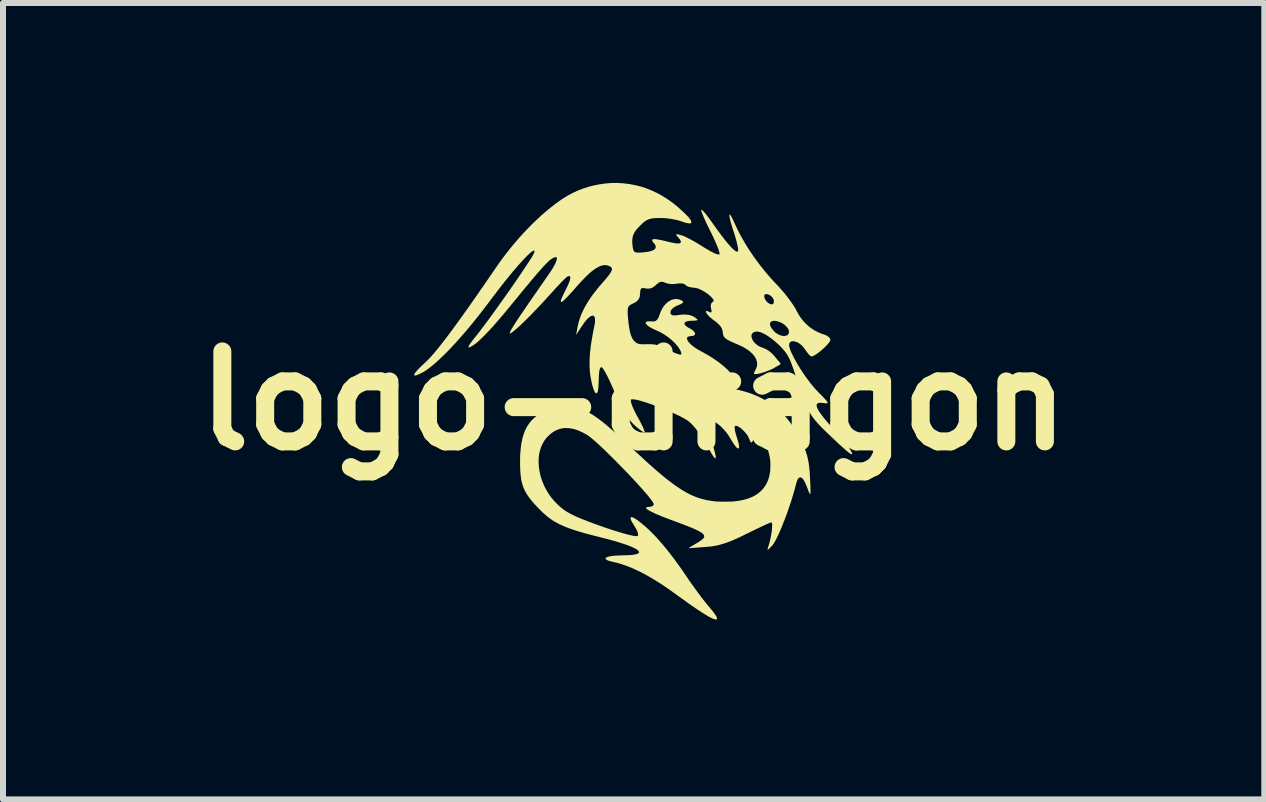
<source format=kicad_pcb>
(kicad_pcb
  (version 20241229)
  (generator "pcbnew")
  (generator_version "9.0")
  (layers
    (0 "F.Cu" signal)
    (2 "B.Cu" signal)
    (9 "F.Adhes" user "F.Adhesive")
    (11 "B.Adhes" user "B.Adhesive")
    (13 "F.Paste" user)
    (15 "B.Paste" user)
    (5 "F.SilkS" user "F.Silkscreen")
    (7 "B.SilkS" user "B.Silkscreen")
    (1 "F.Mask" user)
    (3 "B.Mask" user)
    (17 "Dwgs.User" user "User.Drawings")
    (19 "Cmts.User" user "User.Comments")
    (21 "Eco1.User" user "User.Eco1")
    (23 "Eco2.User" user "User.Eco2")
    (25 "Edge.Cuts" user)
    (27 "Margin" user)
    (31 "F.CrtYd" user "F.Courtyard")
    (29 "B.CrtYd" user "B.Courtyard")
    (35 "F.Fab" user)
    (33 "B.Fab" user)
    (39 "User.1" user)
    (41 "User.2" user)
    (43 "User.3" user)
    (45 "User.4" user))
  (footprint "logo-dragon"
    (layer "F.Cu")
    (at 7.514 3.631)
    (property "Reference" "logo-dragon" (at 0 0 0) (layer "F.SilkS") (effects (font (size 1.5 1.5) (thickness 0.3))))
    (attr board_only exclude_from_pos_files exclude_from_bom)
    (fp_poly (pts (xy -0.27 -3.631) (xy -0.172 -3.625) (xy -0.074 -3.613) (xy 0.022 -3.595) (xy 0.116 -3.572) (xy 0.208 -3.542) (xy 0.299 -3.506) (xy 0.389 -3.464) (xy 0.46 -3.426) (xy 0.484 -3.411) (xy 0.511 -3.395) (xy 0.54 -3.376) (xy 0.571 -3.356) (xy 0.6 -3.336) (xy 0.628 -3.316) (xy 0.652 -3.299) (xy 0.666 -3.288) (xy 0.693 -3.266) (xy 0.722 -3.243) (xy 0.751 -3.217) (xy 0.78 -3.191) (xy 0.809 -3.165) (xy 0.837 -3.139) (xy 0.863 -3.114) (xy 0.886 -3.091) (xy 0.905 -3.07) (xy 0.921 -3.053) (xy 0.924 -3.049) (xy 0.941 -3.027) (xy 0.952 -3.008) (xy 0.96 -2.991) (xy 0.963 -2.977) (xy 0.96 -2.967) (xy 0.956 -2.961) (xy 0.945 -2.957) (xy 0.929 -2.956) (xy 0.909 -2.958) (xy 0.885 -2.963) (xy 0.856 -2.97) (xy 0.825 -2.981) (xy 0.809 -2.986) (xy 0.767 -3) (xy 0.721 -3.012) (xy 0.671 -3.023) (xy 0.615 -3.033) (xy 0.554 -3.041) (xy 0.549 -3.042) (xy 0.531 -3.043) (xy 0.508 -3.044) (xy 0.483 -3.045) (xy 0.455 -3.046) (xy 0.427 -3.046) (xy 0.399 -3.045) (xy 0.373 -3.045) (xy 0.349 -3.043) (xy 0.329 -3.042) (xy 0.313 -3.04) (xy 0.312 -3.04) (xy 0.275 -3.032) (xy 0.242 -3.021) (xy 0.212 -3.006) (xy 0.184 -2.988) (xy 0.174 -2.98) (xy 0.16 -2.968) (xy 0.144 -2.954) (xy 0.127 -2.937) (xy 0.108 -2.918) (xy 0.09 -2.9) (xy 0.073 -2.882) (xy 0.058 -2.865) (xy 0.045 -2.85) (xy 0.037 -2.84) (xy 0.015 -2.808) (xy -0.001 -2.776) (xy -0.013 -2.743) (xy -0.02 -2.709) (xy -0.023 -2.672) (xy -0.022 -2.631) (xy -0.022 -2.626) (xy -0.019 -2.591) (xy -0.015 -2.561) (xy -0.011 -2.537) (xy -0.006 -2.517) (xy -0.000005 -2.502) (xy 0.008 -2.49) (xy 0.017 -2.481) (xy 0.029 -2.476) (xy 0.042 -2.472) (xy 0.059 -2.47) (xy 0.064 -2.47) (xy 0.089 -2.469) (xy 0.118 -2.47) (xy 0.151 -2.473) (xy 0.184 -2.476) (xy 0.216 -2.48) (xy 0.246 -2.485) (xy 0.272 -2.49) (xy 0.277 -2.492) (xy 0.306 -2.501) (xy 0.33 -2.511) (xy 0.347 -2.522) (xy 0.36 -2.535) (xy 0.367 -2.55) (xy 0.369 -2.564) (xy 0.368 -2.577) (xy 0.364 -2.589) (xy 0.357 -2.602) (xy 0.346 -2.617) (xy 0.337 -2.628) (xy 0.325 -2.643) (xy 0.317 -2.655) (xy 0.312 -2.664) (xy 0.31 -2.672) (xy 0.309 -2.677) (xy 0.311 -2.684) (xy 0.317 -2.689) (xy 0.328 -2.692) (xy 0.342 -2.694) (xy 0.362 -2.693) (xy 0.386 -2.691) (xy 0.415 -2.686) (xy 0.449 -2.68) (xy 0.489 -2.671) (xy 0.534 -2.661) (xy 0.561 -2.654) (xy 0.606 -2.643) (xy 0.645 -2.635) (xy 0.679 -2.628) (xy 0.707 -2.624) (xy 0.731 -2.622) (xy 0.75 -2.622) (xy 0.766 -2.624) (xy 0.775 -2.628) (xy 0.783 -2.633) (xy 0.786 -2.639) (xy 0.787 -2.644) (xy 0.787 -2.653) (xy 0.786 -2.661) (xy 0.783 -2.669) (xy 0.776 -2.681) (xy 0.766 -2.695) (xy 0.754 -2.71) (xy 0.744 -2.722) (xy 0.729 -2.739) (xy 0.719 -2.752) (xy 0.712 -2.762) (xy 0.71 -2.768) (xy 0.711 -2.773) (xy 0.715 -2.775) (xy 0.722 -2.775) (xy 0.723 -2.775) (xy 0.734 -2.774) (xy 0.749 -2.771) (xy 0.767 -2.767) (xy 0.787 -2.761) (xy 0.807 -2.755) (xy 0.825 -2.749) (xy 0.833 -2.746) (xy 0.868 -2.73) (xy 0.908 -2.71) (xy 0.953 -2.687) (xy 1.002 -2.66) (xy 1.054 -2.63) (xy 1.11 -2.596) (xy 1.166 -2.561) (xy 1.213 -2.532) (xy 1.256 -2.507) (xy 1.295 -2.485) (xy 1.329 -2.468) (xy 1.359 -2.454) (xy 1.384 -2.445) (xy 1.404 -2.44) (xy 1.42 -2.438) (xy 1.421 -2.438) (xy 1.433 -2.439) (xy 1.433 -2.455) (xy 1.431 -2.469) (xy 1.426 -2.488) (xy 1.419 -2.512) (xy 1.409 -2.54) (xy 1.396 -2.572) (xy 1.381 -2.608) (xy 1.364 -2.647) (xy 1.345 -2.689) (xy 1.325 -2.734) (xy 1.302 -2.781) (xy 1.281 -2.824) (xy 1.258 -2.87) (xy 1.236 -2.914) (xy 1.216 -2.956) (xy 1.198 -2.995) (xy 1.181 -3.032) (xy 1.167 -3.065) (xy 1.154 -3.095) (xy 1.144 -3.121) (xy 1.136 -3.142) (xy 1.13 -3.159) (xy 1.128 -3.171) (xy 1.128 -3.172) (xy 1.128 -3.18) (xy 1.131 -3.183) (xy 1.136 -3.182) (xy 1.145 -3.175) (xy 1.152 -3.169) (xy 1.164 -3.157) (xy 1.176 -3.144) (xy 1.19 -3.128) (xy 1.205 -3.11) (xy 1.222 -3.088) (xy 1.241 -3.063) (xy 1.262 -3.035) (xy 1.286 -3.002) (xy 1.313 -2.965) (xy 1.341 -2.925) (xy 1.388 -2.859) (xy 1.432 -2.799) (xy 1.474 -2.744) (xy 1.512 -2.694) (xy 1.548 -2.649) (xy 1.581 -2.61) (xy 1.611 -2.576) (xy 1.638 -2.548) (xy 1.663 -2.524) (xy 1.685 -2.505) (xy 1.689 -2.502) (xy 1.705 -2.492) (xy 1.719 -2.486) (xy 1.73 -2.485) (xy 1.738 -2.489) (xy 1.742 -2.497) (xy 1.743 -2.499) (xy 1.743 -2.512) (xy 1.742 -2.531) (xy 1.739 -2.555) (xy 1.733 -2.584) (xy 1.725 -2.618) (xy 1.716 -2.655) (xy 1.705 -2.697) (xy 1.692 -2.742) (xy 1.677 -2.79) (xy 1.669 -2.814) (xy 1.652 -2.867) (xy 1.638 -2.915) (xy 1.625 -2.957) (xy 1.615 -2.993) (xy 1.608 -3.024) (xy 1.602 -3.05) (xy 1.599 -3.071) (xy 1.598 -3.077) (xy 1.598 -3.092) (xy 1.599 -3.101) (xy 1.603 -3.104) (xy 1.608 -3.101) (xy 1.616 -3.092) (xy 1.625 -3.078) (xy 1.636 -3.057) (xy 1.65 -3.031) (xy 1.665 -3) (xy 1.682 -2.962) (xy 1.694 -2.936) (xy 1.733 -2.853) (xy 1.777 -2.767) (xy 1.826 -2.68) (xy 1.878 -2.591) (xy 1.935 -2.502) (xy 1.995 -2.413) (xy 2.058 -2.326) (xy 2.124 -2.239) (xy 2.191 -2.155) (xy 2.26 -2.074) (xy 2.331 -1.995) (xy 2.369 -1.955) (xy 2.425 -1.895) (xy 2.48 -1.833) (xy 2.532 -1.771) (xy 2.58 -1.709) (xy 2.625 -1.648) (xy 2.649 -1.613) (xy 2.663 -1.591) (xy 2.675 -1.573) (xy 2.686 -1.556) (xy 2.695 -1.54) (xy 2.705 -1.522) (xy 2.716 -1.501) (xy 2.722 -1.489) (xy 2.75 -1.44) (xy 2.778 -1.395) (xy 2.809 -1.354) (xy 2.842 -1.314) (xy 2.86 -1.296) (xy 2.908 -1.25) (xy 2.959 -1.21) (xy 3.013 -1.174) (xy 3.071 -1.144) (xy 3.133 -1.117) (xy 3.174 -1.104) (xy 3.205 -1.092) (xy 3.231 -1.079) (xy 3.252 -1.063) (xy 3.259 -1.056) (xy 3.273 -1.041) (xy 3.28 -1.025) (xy 3.281 -1.01) (xy 3.28 -1.008) (xy 3.276 -0.996) (xy 3.267 -0.982) (xy 3.254 -0.964) (xy 3.238 -0.945) (xy 3.219 -0.924) (xy 3.197 -0.902) (xy 3.174 -0.879) (xy 3.149 -0.857) (xy 3.124 -0.835) (xy 3.098 -0.814) (xy 3.073 -0.795) (xy 3.048 -0.777) (xy 3.025 -0.763) (xy 3.018 -0.758) (xy 2.998 -0.748) (xy 2.983 -0.741) (xy 2.972 -0.738) (xy 2.963 -0.739) (xy 2.962 -0.739) (xy 2.952 -0.743) (xy 2.94 -0.753) (xy 2.925 -0.768) (xy 2.909 -0.787) (xy 2.89 -0.81) (xy 2.871 -0.837) (xy 2.856 -0.858) (xy 2.829 -0.894) (xy 2.801 -0.924) (xy 2.772 -0.948) (xy 2.741 -0.968) (xy 2.71 -0.982) (xy 2.683 -0.989) (xy 2.659 -0.992) (xy 2.638 -0.99) (xy 2.621 -0.984) (xy 2.607 -0.973) (xy 2.598 -0.958) (xy 2.593 -0.94) (xy 2.593 -0.917) (xy 2.594 -0.908) (xy 2.6 -0.883) (xy 2.61 -0.854) (xy 2.622 -0.821) (xy 2.639 -0.784) (xy 2.658 -0.745) (xy 2.68 -0.703) (xy 2.704 -0.659) (xy 2.73 -0.613) (xy 2.758 -0.567) (xy 2.788 -0.52) (xy 2.819 -0.472) (xy 2.851 -0.425) (xy 2.884 -0.378) (xy 2.918 -0.333) (xy 2.951 -0.289) (xy 2.976 -0.259) (xy 2.99 -0.241) (xy 3.007 -0.221) (xy 3.026 -0.2) (xy 3.045 -0.179) (xy 3.064 -0.159) (xy 3.081 -0.141) (xy 3.096 -0.125) (xy 3.109 -0.113) (xy 3.111 -0.11) (xy 3.123 -0.1) (xy 3.136 -0.086) (xy 3.151 -0.071) (xy 3.167 -0.054) (xy 3.182 -0.038) (xy 3.196 -0.022) (xy 3.209 -0.008) (xy 3.218 0.003) (xy 3.224 0.011) (xy 3.224 0.011) (xy 3.232 0.024) (xy 3.235 0.034) (xy 3.233 0.04) (xy 3.23 0.042) (xy 3.221 0.043) (xy 3.207 0.043) (xy 3.189 0.042) (xy 3.168 0.039) (xy 3.135 0.035) (xy 3.108 0.034) (xy 3.086 0.037) (xy 3.07 0.043) (xy 3.058 0.052) (xy 3.052 0.065) (xy 3.051 0.082) (xy 3.055 0.101) (xy 3.056 0.107) (xy 3.064 0.126) (xy 3.075 0.148) (xy 3.088 0.171) (xy 3.105 0.197) (xy 3.124 0.225) (xy 3.148 0.256) (xy 3.174 0.29) (xy 3.205 0.326) (xy 3.239 0.366) (xy 3.278 0.41) (xy 3.321 0.457) (xy 3.368 0.508) (xy 3.384 0.526) (xy 3.427 0.573) (xy 3.466 0.617) (xy 3.501 0.66) (xy 3.534 0.702) (xy 3.565 0.745) (xy 3.586 0.777) (xy 3.599 0.796) (xy 3.611 0.816) (xy 3.622 0.835) (xy 3.631 0.853) (xy 3.638 0.868) (xy 3.643 0.879) (xy 3.644 0.886) (xy 3.642 0.892) (xy 3.636 0.893) (xy 3.627 0.89) (xy 3.613 0.883) (xy 3.595 0.871) (xy 3.574 0.854) (xy 3.548 0.833) (xy 3.518 0.807) (xy 3.484 0.777) (xy 3.48 0.773) (xy 3.459 0.754) (xy 3.434 0.732) (xy 3.407 0.706) (xy 3.378 0.679) (xy 3.347 0.65) (xy 3.316 0.621) (xy 3.286 0.592) (xy 3.256 0.564) (xy 3.229 0.538) (xy 3.206 0.515) (xy 3.188 0.498) (xy 3.15 0.461) (xy 3.116 0.426) (xy 3.083 0.391) (xy 3.054 0.358) (xy 3.026 0.326) (xy 3 0.293) (xy 2.976 0.26) (xy 2.954 0.227) (xy 2.933 0.192) (xy 2.912 0.155) (xy 2.892 0.117) (xy 2.873 0.076) (xy 2.854 0.032) (xy 2.835 -0.016) (xy 2.816 -0.067) (xy 2.796 -0.123) (xy 2.776 -0.183) (xy 2.754 -0.248) (xy 2.731 -0.32) (xy 2.73 -0.323) (xy 2.712 -0.38) (xy 2.696 -0.432) (xy 2.681 -0.478) (xy 2.667 -0.519) (xy 2.654 -0.556) (xy 2.642 -0.589) (xy 2.631 -0.619) (xy 2.621 -0.646) (xy 2.611 -0.67) (xy 2.601 -0.692) (xy 2.591 -0.712) (xy 2.581 -0.731) (xy 2.571 -0.749) (xy 2.561 -0.766) (xy 2.55 -0.783) (xy 2.548 -0.786) (xy 2.523 -0.82) (xy 2.493 -0.856) (xy 2.46 -0.893) (xy 2.423 -0.93) (xy 2.383 -0.966) (xy 2.383 -0.966) (xy 2.332 -1.009) (xy 2.285 -1.045) (xy 2.241 -1.077) (xy 2.199 -1.103) (xy 2.16 -1.123) (xy 2.125 -1.139) (xy 2.092 -1.148) (xy 2.062 -1.153) (xy 2.035 -1.152) (xy 2.011 -1.145) (xy 1.996 -1.137) (xy 1.98 -1.123) (xy 1.969 -1.107) (xy 1.965 -1.087) (xy 1.965 -1.065) (xy 1.972 -1.04) (xy 1.982 -1.016) (xy 2 -0.986) (xy 2.024 -0.959) (xy 2.052 -0.934) (xy 2.083 -0.913) (xy 2.117 -0.896) (xy 2.137 -0.889) (xy 2.18 -0.873) (xy 2.221 -0.852) (xy 2.26 -0.826) (xy 2.299 -0.795) (xy 2.309 -0.785) (xy 2.316 -0.779) (xy 2.325 -0.769) (xy 2.337 -0.756) (xy 2.35 -0.741) (xy 2.364 -0.724) (xy 2.379 -0.706) (xy 2.394 -0.688) (xy 2.408 -0.671) (xy 2.422 -0.655) (xy 2.433 -0.64) (xy 2.443 -0.628) (xy 2.45 -0.619) (xy 2.453 -0.614) (xy 2.453 -0.613) (xy 2.451 -0.61) (xy 2.443 -0.606) (xy 2.432 -0.598) (xy 2.417 -0.589) (xy 2.399 -0.579) (xy 2.379 -0.567) (xy 2.357 -0.555) (xy 2.346 -0.548) (xy 2.321 -0.534) (xy 2.293 -0.521) (xy 2.263 -0.508) (xy 2.232 -0.496) (xy 2.2 -0.484) (xy 2.169 -0.474) (xy 2.138 -0.464) (xy 2.109 -0.456) (xy 2.082 -0.45) (xy 2.058 -0.446) (xy 2.037 -0.444) (xy 2.021 -0.444) (xy 2.011 -0.446) (xy 2.008 -0.449) (xy 2.007 -0.455) (xy 2.009 -0.465) (xy 2.014 -0.479) (xy 2.023 -0.497) (xy 2.028 -0.507) (xy 2.04 -0.531) (xy 2.048 -0.55) (xy 2.054 -0.568) (xy 2.058 -0.585) (xy 2.059 -0.602) (xy 2.06 -0.613) (xy 2.058 -0.639) (xy 2.053 -0.662) (xy 2.045 -0.686) (xy 2.038 -0.702) (xy 2.018 -0.736) (xy 1.992 -0.77) (xy 1.959 -0.803) (xy 1.925 -0.832) (xy 1.901 -0.849) (xy 1.876 -0.866) (xy 1.849 -0.882) (xy 1.82 -0.898) (xy 1.788 -0.914) (xy 1.751 -0.931) (xy 1.709 -0.949) (xy 1.698 -0.953) (xy 1.658 -0.971) (xy 1.624 -0.986) (xy 1.594 -1.001) (xy 1.57 -1.014) (xy 1.549 -1.027) (xy 1.533 -1.04) (xy 1.519 -1.052) (xy 1.508 -1.065) (xy 1.5 -1.079) (xy 1.497 -1.086) (xy 1.493 -1.099) (xy 1.489 -1.117) (xy 1.487 -1.134) (xy 1.485 -1.15) (xy 1.482 -1.167) (xy 1.479 -1.18) (xy 1.478 -1.186) (xy 1.466 -1.214) (xy 1.447 -1.242) (xy 1.423 -1.27) (xy 1.406 -1.286) (xy 2.273 -1.286) (xy 2.274 -1.269) (xy 2.279 -1.25) (xy 2.286 -1.232) (xy 2.296 -1.215) (xy 2.31 -1.196) (xy 2.325 -1.177) (xy 2.342 -1.158) (xy 2.358 -1.143) (xy 2.367 -1.135) (xy 2.395 -1.115) (xy 2.423 -1.1) (xy 2.452 -1.089) (xy 2.481 -1.082) (xy 2.508 -1.079) (xy 2.533 -1.082) (xy 2.555 -1.089) (xy 2.555 -1.089) (xy 2.572 -1.1) (xy 2.581 -1.11) (xy 2.585 -1.118) (xy 2.588 -1.125) (xy 2.589 -1.134) (xy 2.589 -1.147) (xy 2.589 -1.148) (xy 2.589 -1.161) (xy 2.588 -1.171) (xy 2.585 -1.18) (xy 2.58 -1.191) (xy 2.577 -1.197) (xy 2.56 -1.222) (xy 2.539 -1.246) (xy 2.512 -1.269) (xy 2.483 -1.289) (xy 2.451 -1.306) (xy 2.419 -1.318) (xy 2.388 -1.327) (xy 2.36 -1.331) (xy 2.335 -1.331) (xy 2.313 -1.327) (xy 2.296 -1.32) (xy 2.282 -1.308) (xy 2.276 -1.299) (xy 2.273 -1.286) (xy 1.406 -1.286) (xy 1.392 -1.299) (xy 1.356 -1.328) (xy 1.35 -1.331) (xy 1.312 -1.36) (xy 1.279 -1.387) (xy 1.253 -1.413) (xy 1.235 -1.432) (xy 1.221 -1.452) (xy 1.211 -1.468) (xy 1.205 -1.481) (xy 1.205 -1.49) (xy 1.209 -1.495) (xy 1.218 -1.496) (xy 1.232 -1.493) (xy 1.251 -1.486) (xy 1.256 -1.483) (xy 1.27 -1.477) (xy 1.279 -1.473) (xy 1.285 -1.472) (xy 1.289 -1.472) (xy 1.292 -1.473) (xy 1.297 -1.479) (xy 1.299 -1.487) (xy 1.299 -1.5) (xy 1.296 -1.518) (xy 1.295 -1.519) (xy 1.291 -1.54) (xy 1.288 -1.557) (xy 1.286 -1.57) (xy 1.286 -1.58) (xy 1.286 -1.589) (xy 1.288 -1.596) (xy 1.293 -1.617) (xy 1.302 -1.633) (xy 1.313 -1.643) (xy 1.321 -1.649) (xy 1.328 -1.654) (xy 1.329 -1.655) (xy 1.334 -1.663) (xy 1.334 -1.673) (xy 1.329 -1.686) (xy 1.32 -1.7) (xy 1.307 -1.716) (xy 1.29 -1.733) (xy 1.272 -1.75) (xy 2.178 -1.75) (xy 2.178 -1.734) (xy 2.182 -1.716) (xy 2.19 -1.697) (xy 2.191 -1.694) (xy 2.204 -1.673) (xy 2.219 -1.653) (xy 2.236 -1.637) (xy 2.254 -1.624) (xy 2.272 -1.614) (xy 2.289 -1.608) (xy 2.305 -1.607) (xy 2.319 -1.611) (xy 2.33 -1.62) (xy 2.336 -1.633) (xy 2.339 -1.65) (xy 2.339 -1.657) (xy 2.336 -1.679) (xy 2.327 -1.702) (xy 2.312 -1.724) (xy 2.301 -1.736) (xy 2.284 -1.75) (xy 2.266 -1.762) (xy 2.248 -1.77) (xy 2.23 -1.776) (xy 2.213 -1.778) (xy 2.199 -1.776) (xy 2.188 -1.77) (xy 2.181 -1.763) (xy 2.178 -1.75) (xy 1.272 -1.75) (xy 1.271 -1.751) (xy 1.249 -1.77) (xy 1.225 -1.788) (xy 1.199 -1.806) (xy 1.171 -1.823) (xy 1.143 -1.839) (xy 1.127 -1.847) (xy 1.101 -1.859) (xy 1.079 -1.869) (xy 1.058 -1.875) (xy 1.038 -1.88) (xy 1.016 -1.883) (xy 0.999 -1.885) (xy 0.964 -1.889) (xy 0.934 -1.895) (xy 0.908 -1.903) (xy 0.887 -1.913) (xy 0.869 -1.926) (xy 0.864 -1.931) (xy 0.852 -1.941) (xy 0.84 -1.947) (xy 0.829 -1.951) (xy 0.813 -1.954) (xy 0.794 -1.956) (xy 0.772 -1.956) (xy 0.751 -1.955) (xy 0.731 -1.953) (xy 0.725 -1.952) (xy 0.714 -1.95) (xy 0.698 -1.948) (xy 0.681 -1.946) (xy 0.666 -1.945) (xy 0.63 -1.945) (xy 0.597 -1.948) (xy 0.566 -1.954) (xy 0.534 -1.965) (xy 0.526 -1.968) (xy 0.509 -1.974) (xy 0.496 -1.979) (xy 0.486 -1.981) (xy 0.476 -1.982) (xy 0.467 -1.983) (xy 0.454 -1.982) (xy 0.444 -1.981) (xy 0.434 -1.977) (xy 0.425 -1.972) (xy 0.414 -1.965) (xy 0.4 -1.954) (xy 0.384 -1.941) (xy 0.375 -1.932) (xy 0.353 -1.913) (xy 0.334 -1.898) (xy 0.315 -1.887) (xy 0.297 -1.878) (xy 0.288 -1.875) (xy 0.265 -1.87) (xy 0.239 -1.869) (xy 0.211 -1.871) (xy 0.194 -1.874) (xy 0.17 -1.878) (xy 0.151 -1.878) (xy 0.136 -1.875) (xy 0.13 -1.872) (xy 0.123 -1.866) (xy 0.118 -1.859) (xy 0.115 -1.849) (xy 0.112 -1.836) (xy 0.11 -1.819) (xy 0.109 -1.804) (xy 0.107 -1.778) (xy 0.105 -1.758) (xy 0.103 -1.742) (xy 0.1 -1.729) (xy 0.096 -1.718) (xy 0.092 -1.707) (xy 0.091 -1.705) (xy 0.079 -1.687) (xy 0.064 -1.668) (xy 0.046 -1.652) (xy 0.039 -1.647) (xy 0.031 -1.642) (xy 0.02 -1.636) (xy 0.005 -1.628) (xy -0.011 -1.621) (xy -0.016 -1.618) (xy -0.041 -1.606) (xy -0.06 -1.594) (xy -0.074 -1.583) (xy -0.084 -1.571) (xy -0.091 -1.556) (xy -0.096 -1.538) (xy -0.098 -1.517) (xy -0.099 -1.499) (xy -0.099 -1.474) (xy -0.099 -1.443) (xy -0.096 -1.408) (xy -0.093 -1.371) (xy -0.089 -1.332) (xy -0.085 -1.292) (xy -0.079 -1.253) (xy -0.073 -1.216) (xy -0.067 -1.181) (xy -0.061 -1.15) (xy -0.058 -1.137) (xy -0.05 -1.11) (xy -0.041 -1.083) (xy -0.03 -1.057) (xy -0.02 -1.036) (xy -0.018 -1.032) (xy -0.007 -1.015) (xy 0.008 -0.998) (xy 0.024 -0.982) (xy 0.04 -0.969) (xy 0.05 -0.963) (xy 0.068 -0.954) (xy 0.087 -0.948) (xy 0.107 -0.944) (xy 0.131 -0.942) (xy 0.158 -0.941) (xy 0.166 -0.941) (xy 0.204 -0.942) (xy 0.236 -0.942) (xy 0.264 -0.942) (xy 0.287 -0.942) (xy 0.307 -0.941) (xy 0.325 -0.94) (xy 0.341 -0.938) (xy 0.355 -0.936) (xy 0.37 -0.933) (xy 0.384 -0.929) (xy 0.4 -0.925) (xy 0.411 -0.922) (xy 0.428 -0.916) (xy 0.446 -0.91) (xy 0.464 -0.902) (xy 0.485 -0.894) (xy 0.507 -0.883) (xy 0.534 -0.871) (xy 0.564 -0.856) (xy 0.597 -0.84) (xy 0.636 -0.82) (xy 0.67 -0.805) (xy 0.7 -0.792) (xy 0.726 -0.782) (xy 0.747 -0.775) (xy 0.765 -0.771) (xy 0.773 -0.77) (xy 0.786 -0.769) (xy 0.793 -0.772) (xy 0.796 -0.778) (xy 0.795 -0.788) (xy 0.794 -0.796) (xy 0.786 -0.823) (xy 0.772 -0.851) (xy 0.753 -0.881) (xy 0.73 -0.913) (xy 0.702 -0.945) (xy 0.67 -0.978) (xy 0.635 -1.01) (xy 0.597 -1.043) (xy 0.556 -1.074) (xy 0.546 -1.081) (xy 0.51 -1.105) (xy 0.471 -1.128) (xy 0.43 -1.15) (xy 0.394 -1.166) (xy 0.353 -1.184) (xy 0.317 -1.202) (xy 0.284 -1.219) (xy 0.257 -1.236) (xy 0.235 -1.252) (xy 0.218 -1.267) (xy 0.21 -1.277) (xy 0.203 -1.29) (xy 0.201 -1.3) (xy 0.204 -1.308) (xy 0.212 -1.314) (xy 0.22 -1.319) (xy 0.232 -1.322) (xy 0.247 -1.324) (xy 0.266 -1.324) (xy 0.29 -1.324) (xy 0.295 -1.323) (xy 0.314 -1.323) (xy 0.328 -1.322) (xy 0.339 -1.323) (xy 0.348 -1.325) (xy 0.354 -1.326) (xy 0.37 -1.333) (xy 0.384 -1.343) (xy 0.397 -1.357) (xy 0.409 -1.376) (xy 0.42 -1.4) (xy 0.431 -1.429) (xy 0.433 -1.435) (xy 0.451 -1.484) (xy 0.473 -1.528) (xy 0.497 -1.568) (xy 0.525 -1.603) (xy 0.539 -1.618) (xy 0.57 -1.645) (xy 0.602 -1.666) (xy 0.634 -1.682) (xy 0.667 -1.692) (xy 0.701 -1.696) (xy 0.734 -1.694) (xy 0.767 -1.686) (xy 0.787 -1.678) (xy 0.805 -1.669) (xy 0.817 -1.66) (xy 0.824 -1.651) (xy 0.825 -1.642) (xy 0.82 -1.633) (xy 0.809 -1.624) (xy 0.792 -1.614) (xy 0.769 -1.603) (xy 0.749 -1.595) (xy 0.721 -1.584) (xy 0.697 -1.572) (xy 0.677 -1.56) (xy 0.66 -1.547) (xy 0.646 -1.534) (xy 0.635 -1.522) (xy 0.627 -1.513) (xy 0.622 -1.505) (xy 0.618 -1.496) (xy 0.617 -1.494) (xy 0.614 -1.474) (xy 0.616 -1.456) (xy 0.624 -1.441) (xy 0.626 -1.439) (xy 0.635 -1.432) (xy 0.645 -1.427) (xy 0.659 -1.424) (xy 0.676 -1.423) (xy 0.697 -1.423) (xy 0.724 -1.426) (xy 0.726 -1.426) (xy 0.757 -1.43) (xy 0.783 -1.433) (xy 0.805 -1.435) (xy 0.823 -1.436) (xy 0.838 -1.437) (xy 0.851 -1.437) (xy 0.864 -1.437) (xy 0.876 -1.436) (xy 0.884 -1.435) (xy 0.922 -1.43) (xy 0.956 -1.421) (xy 0.987 -1.409) (xy 1.016 -1.393) (xy 1.043 -1.372) (xy 1.051 -1.366) (xy 1.059 -1.358) (xy 1.064 -1.352) (xy 1.066 -1.347) (xy 1.063 -1.343) (xy 1.056 -1.34) (xy 1.044 -1.338) (xy 1.027 -1.336) (xy 1.004 -1.335) (xy 0.987 -1.334) (xy 0.956 -1.333) (xy 0.932 -1.331) (xy 0.911 -1.328) (xy 0.895 -1.325) (xy 0.881 -1.321) (xy 0.87 -1.316) (xy 0.867 -1.314) (xy 0.856 -1.305) (xy 0.849 -1.294) (xy 0.848 -1.283) (xy 0.848 -1.28) (xy 0.854 -1.268) (xy 0.865 -1.254) (xy 0.882 -1.239) (xy 0.902 -1.225) (xy 0.926 -1.211) (xy 0.934 -1.206) (xy 0.96 -1.192) (xy 0.983 -1.176) (xy 1.001 -1.16) (xy 1.014 -1.144) (xy 1.022 -1.129) (xy 1.025 -1.115) (xy 1.022 -1.105) (xy 1.015 -1.095) (xy 1.005 -1.087) (xy 1.002 -1.086) (xy 0.995 -1.083) (xy 0.982 -1.081) (xy 0.966 -1.079) (xy 0.959 -1.078) (xy 0.934 -1.075) (xy 0.915 -1.07) (xy 0.901 -1.064) (xy 0.894 -1.057) (xy 0.891 -1.046) (xy 0.891 -1.031) (xy 0.895 -1.016) (xy 0.898 -1.008) (xy 0.911 -0.987) (xy 0.929 -0.965) (xy 0.952 -0.942) (xy 0.978 -0.918) (xy 1.009 -0.895) (xy 1.014 -0.891) (xy 1.031 -0.88) (xy 1.047 -0.869) (xy 1.065 -0.858) (xy 1.084 -0.847) (xy 1.107 -0.834) (xy 1.134 -0.819) (xy 1.144 -0.814) (xy 1.243 -0.759) (xy 1.337 -0.699) (xy 1.424 -0.638) (xy 1.458 -0.611) (xy 1.49 -0.585) (xy 1.519 -0.56) (xy 1.546 -0.536) (xy 1.569 -0.514) (xy 1.589 -0.493) (xy 1.604 -0.474) (xy 1.616 -0.458) (xy 1.623 -0.445) (xy 1.625 -0.435) (xy 1.622 -0.428) (xy 1.614 -0.422) (xy 1.601 -0.416) (xy 1.581 -0.411) (xy 1.556 -0.407) (xy 1.525 -0.403) (xy 1.488 -0.4) (xy 1.444 -0.398) (xy 1.417 -0.397) (xy 1.365 -0.395) (xy 1.318 -0.392) (xy 1.276 -0.388) (xy 1.239 -0.384) (xy 1.205 -0.378) (xy 1.175 -0.372) (xy 1.148 -0.364) (xy 1.122 -0.355) (xy 1.119 -0.353) (xy 1.098 -0.344) (xy 1.083 -0.334) (xy 1.074 -0.323) (xy 1.07 -0.314) (xy 1.071 -0.304) (xy 1.079 -0.296) (xy 1.092 -0.289) (xy 1.099 -0.287) (xy 1.116 -0.282) (xy 1.139 -0.277) (xy 1.168 -0.271) (xy 1.203 -0.265) (xy 1.243 -0.259) (xy 1.288 -0.252) (xy 1.339 -0.245) (xy 1.394 -0.237) (xy 1.453 -0.23) (xy 1.502 -0.223) (xy 1.545 -0.217) (xy 1.584 -0.212) (xy 1.62 -0.206) (xy 1.654 -0.2) (xy 1.686 -0.193) (xy 1.718 -0.186) (xy 1.729 -0.184) (xy 1.805 -0.166) (xy 1.875 -0.146) (xy 1.941 -0.125) (xy 2.005 -0.101) (xy 2.067 -0.074) (xy 2.125 -0.046) (xy 2.2 -0.006) (xy 2.272 0.038) (xy 2.34 0.087) (xy 2.404 0.139) (xy 2.466 0.197) (xy 2.525 0.258) (xy 2.581 0.325) (xy 2.635 0.397) (xy 2.686 0.475) (xy 2.736 0.558) (xy 2.766 0.612) (xy 2.799 0.676) (xy 2.827 0.737) (xy 2.852 0.796) (xy 2.873 0.853) (xy 2.891 0.911) (xy 2.905 0.969) (xy 2.917 1.029) (xy 2.926 1.092) (xy 2.933 1.159) (xy 2.935 1.183) (xy 2.937 1.212) (xy 2.939 1.243) (xy 2.94 1.276) (xy 2.942 1.309) (xy 2.944 1.343) (xy 2.945 1.376) (xy 2.947 1.408) (xy 2.948 1.438) (xy 2.948 1.465) (xy 2.949 1.49) (xy 2.949 1.51) (xy 2.949 1.526) (xy 2.948 1.536) (xy 2.948 1.539) (xy 2.946 1.548) (xy 2.944 1.554) (xy 2.941 1.555) (xy 2.938 1.553) (xy 2.933 1.546) (xy 2.928 1.535) (xy 2.921 1.519) (xy 2.912 1.497) (xy 2.902 1.47) (xy 2.9 1.466) (xy 2.884 1.423) (xy 2.869 1.387) (xy 2.854 1.356) (xy 2.84 1.331) (xy 2.827 1.31) (xy 2.814 1.295) (xy 2.801 1.285) (xy 2.788 1.28) (xy 2.778 1.278) (xy 2.766 1.281) (xy 2.754 1.288) (xy 2.743 1.3) (xy 2.733 1.317) (xy 2.723 1.34) (xy 2.714 1.368) (xy 2.705 1.402) (xy 2.691 1.455) (xy 2.676 1.511) (xy 2.659 1.569) (xy 2.641 1.628) (xy 2.622 1.689) (xy 2.601 1.75) (xy 2.58 1.812) (xy 2.559 1.873) (xy 2.536 1.934) (xy 2.514 1.993) (xy 2.491 2.05) (xy 2.469 2.106) (xy 2.447 2.158) (xy 2.425 2.208) (xy 2.404 2.253) (xy 2.384 2.295) (xy 2.365 2.332) (xy 2.347 2.363) (xy 2.333 2.386) (xy 2.326 2.395) (xy 2.317 2.407) (xy 2.306 2.419) (xy 2.293 2.433) (xy 2.28 2.447) (xy 2.268 2.459) (xy 2.256 2.47) (xy 2.247 2.479) (xy 2.24 2.484) (xy 2.238 2.485) (xy 2.235 2.484) (xy 2.233 2.48) (xy 2.234 2.473) (xy 2.236 2.463) (xy 2.241 2.447) (xy 2.247 2.427) (xy 2.26 2.385) (xy 2.272 2.34) (xy 2.282 2.293) (xy 2.292 2.246) (xy 2.299 2.201) (xy 2.305 2.157) (xy 2.308 2.116) (xy 2.31 2.08) (xy 2.31 2.079) (xy 2.309 2.058) (xy 2.307 2.043) (xy 2.304 2.034) (xy 2.299 2.029) (xy 2.296 2.028) (xy 2.289 2.03) (xy 2.277 2.034) (xy 2.259 2.041) (xy 2.236 2.051) (xy 2.208 2.063) (xy 2.175 2.078) (xy 2.136 2.097) (xy 2.091 2.118) (xy 2.042 2.142) (xy 1.986 2.168) (xy 1.926 2.198) (xy 1.883 2.219) (xy 1.856 2.232) (xy 1.828 2.246) (xy 1.8 2.259) (xy 1.775 2.272) (xy 1.752 2.283) (xy 1.732 2.292) (xy 1.717 2.299) (xy 1.716 2.299) (xy 1.65 2.328) (xy 1.588 2.353) (xy 1.529 2.374) (xy 1.471 2.392) (xy 1.416 2.407) (xy 1.36 2.419) (xy 1.304 2.428) (xy 1.256 2.433) (xy 1.244 2.434) (xy 1.227 2.436) (xy 1.207 2.437) (xy 1.183 2.439) (xy 1.157 2.441) (xy 1.13 2.443) (xy 1.101 2.446) (xy 1.072 2.448) (xy 1.044 2.45) (xy 1.017 2.452) (xy 0.991 2.454) (xy 0.968 2.455) (xy 0.949 2.457) (xy 0.932 2.458) (xy 0.921 2.458) (xy 0.914 2.458) (xy 0.913 2.458) (xy 0.916 2.457) (xy 0.923 2.452) (xy 0.934 2.445) (xy 0.949 2.437) (xy 0.966 2.426) (xy 0.985 2.415) (xy 0.991 2.411) (xy 1.028 2.389) (xy 1.06 2.37) (xy 1.087 2.354) (xy 1.109 2.339) (xy 1.128 2.326) (xy 1.143 2.314) (xy 1.155 2.304) (xy 1.163 2.294) (xy 1.17 2.285) (xy 1.174 2.277) (xy 1.175 2.273) (xy 1.177 2.263) (xy 1.177 2.255) (xy 1.174 2.246) (xy 1.169 2.236) (xy 1.161 2.226) (xy 1.151 2.215) (xy 1.138 2.204) (xy 1.121 2.193) (xy 1.1 2.181) (xy 1.076 2.168) (xy 1.048 2.154) (xy 1.016 2.139) (xy 0.979 2.123) (xy 0.937 2.106) (xy 0.89 2.087) (xy 0.838 2.067) (xy 0.78 2.045) (xy 0.739 2.03) (xy 0.682 2.009) (xy 0.632 1.99) (xy 0.586 1.973) (xy 0.545 1.957) (xy 0.508 1.943) (xy 0.475 1.93) (xy 0.445 1.918) (xy 0.418 1.906) (xy 0.393 1.896) (xy 0.37 1.886) (xy 0.348 1.876) (xy 0.328 1.866) (xy 0.308 1.856) (xy 0.305 1.855) (xy 0.278 1.841) (xy 0.256 1.83) (xy 0.239 1.82) (xy 0.226 1.811) (xy 0.217 1.803) (xy 0.211 1.796) (xy 0.211 1.796) (xy 0.208 1.789) (xy 0.208 1.783) (xy 0.213 1.778) (xy 0.223 1.775) (xy 0.239 1.772) (xy 0.26 1.77) (xy 0.263 1.769) (xy 0.287 1.766) (xy 0.305 1.761) (xy 0.319 1.754) (xy 0.328 1.745) (xy 0.334 1.734) (xy 0.335 1.724) (xy 0.333 1.715) (xy 0.327 1.702) (xy 0.317 1.685) (xy 0.302 1.664) (xy 0.284 1.64) (xy 0.263 1.613) (xy 0.238 1.582) (xy 0.21 1.549) (xy 0.179 1.513) (xy 0.146 1.475) (xy 0.11 1.435) (xy 0.072 1.393) (xy 0.033 1.35) (xy -0.008 1.306) (xy -0.051 1.261) (xy -0.094 1.215) (xy -0.138 1.169) (xy -0.183 1.123) (xy -0.228 1.077) (xy -0.273 1.031) (xy -0.317 0.986) (xy -0.362 0.942) (xy -0.405 0.899) (xy -0.448 0.857) (xy -0.489 0.817) (xy -0.529 0.779) (xy -0.568 0.743) (xy -0.604 0.71) (xy -0.638 0.679) (xy -0.67 0.652) (xy -0.699 0.627) (xy -0.725 0.606) (xy -0.747 0.589) (xy -0.761 0.58) (xy -0.798 0.557) (xy -0.837 0.536) (xy -0.878 0.516) (xy -0.919 0.498) (xy -0.959 0.483) (xy -0.996 0.472) (xy -0.996 0.472) (xy -1.036 0.464) (xy -1.077 0.458) (xy -1.117 0.456) (xy -1.155 0.456) (xy -1.189 0.46) (xy -1.194 0.461) (xy -1.242 0.473) (xy -1.289 0.492) (xy -1.334 0.516) (xy -1.377 0.546) (xy -1.415 0.58) (xy -1.452 0.618) (xy -1.483 0.658) (xy -1.509 0.702) (xy -1.519 0.72) (xy -1.542 0.772) (xy -1.56 0.825) (xy -1.573 0.879) (xy -1.581 0.936) (xy -1.584 0.997) (xy -1.584 1.041) (xy -1.578 1.116) (xy -1.566 1.19) (xy -1.549 1.264) (xy -1.525 1.337) (xy -1.495 1.409) (xy -1.48 1.441) (xy -1.448 1.5) (xy -1.415 1.554) (xy -1.379 1.605) (xy -1.34 1.654) (xy -1.296 1.702) (xy -1.286 1.711) (xy -1.257 1.74) (xy -1.229 1.765) (xy -1.201 1.789) (xy -1.171 1.812) (xy -1.141 1.833) (xy -1.108 1.854) (xy -1.073 1.874) (xy -1.035 1.894) (xy -0.993 1.915) (xy -0.947 1.936) (xy -0.896 1.958) (xy -0.839 1.981) (xy -0.828 1.985) (xy -0.771 2.008) (xy -0.712 2.03) (xy -0.651 2.053) (xy -0.589 2.075) (xy -0.527 2.097) (xy -0.465 2.119) (xy -0.404 2.139) (xy -0.344 2.159) (xy -0.285 2.177) (xy -0.23 2.194) (xy -0.177 2.209) (xy -0.128 2.223) (xy -0.083 2.235) (xy -0.044 2.244) (xy -0.022 2.249) (xy -0.001 2.253) (xy 0.019 2.256) (xy 0.037 2.257) (xy 0.052 2.258) (xy 0.063 2.257) (xy 0.069 2.254) (xy 0.073 2.247) (xy 0.074 2.235) (xy 0.073 2.219) (xy 0.07 2.203) (xy 0.069 2.2) (xy 0.064 2.184) (xy 0.057 2.168) (xy 0.049 2.152) (xy 0.04 2.133) (xy 0.027 2.112) (xy 0.012 2.086) (xy 0.008 2.08) (xy -0.003 2.062) (xy -0.014 2.044) (xy -0.024 2.027) (xy -0.032 2.013) (xy -0.037 2.004) (xy -0.044 1.987) (xy -0.048 1.971) (xy -0.05 1.958) (xy -0.048 1.948) (xy -0.047 1.946) (xy -0.04 1.941) (xy -0.028 1.942) (xy -0.013 1.946) (xy 0.005 1.954) (xy 0.026 1.966) (xy 0.05 1.982) (xy 0.076 2) (xy 0.104 2.022) (xy 0.134 2.046) (xy 0.166 2.073) (xy 0.199 2.101) (xy 0.233 2.132) (xy 0.267 2.164) (xy 0.302 2.198) (xy 0.337 2.233) (xy 0.371 2.269) (xy 0.405 2.306) (xy 0.43 2.335) (xy 0.492 2.406) (xy 0.551 2.478) (xy 0.61 2.552) (xy 0.668 2.628) (xy 0.726 2.707) (xy 0.786 2.791) (xy 0.836 2.863) (xy 0.891 2.944) (xy 0.943 3.02) (xy 0.993 3.09) (xy 1.04 3.155) (xy 1.084 3.216) (xy 1.126 3.272) (xy 1.166 3.323) (xy 1.204 3.371) (xy 1.24 3.414) (xy 1.253 3.43) (xy 1.286 3.469) (xy 1.314 3.504) (xy 1.338 3.535) (xy 1.357 3.562) (xy 1.372 3.585) (xy 1.383 3.604) (xy 1.389 3.62) (xy 1.391 3.632) (xy 1.388 3.64) (xy 1.381 3.645) (xy 1.369 3.647) (xy 1.354 3.645) (xy 1.338 3.64) (xy 1.318 3.632) (xy 1.296 3.622) (xy 1.271 3.609) (xy 1.243 3.594) (xy 1.212 3.575) (xy 1.177 3.554) (xy 1.139 3.53) (xy 1.097 3.503) (xy 1.052 3.473) (xy 1.003 3.439) (xy 0.949 3.402) (xy 0.892 3.362) (xy 0.83 3.317) (xy 0.763 3.27) (xy 0.692 3.218) (xy 0.666 3.199) (xy 0.561 3.125) (xy 0.459 3.056) (xy 0.359 2.993) (xy 0.262 2.935) (xy 0.167 2.882) (xy 0.074 2.836) (xy -0.016 2.794) (xy -0.103 2.759) (xy -0.188 2.729) (xy -0.27 2.704) (xy -0.331 2.69) (xy -0.365 2.682) (xy -0.392 2.675) (xy -0.414 2.668) (xy -0.432 2.662) (xy -0.446 2.655) (xy -0.456 2.648) (xy -0.463 2.641) (xy -0.464 2.64) (xy -0.468 2.634) (xy -0.468 2.63) (xy -0.465 2.624) (xy -0.456 2.616) (xy -0.443 2.608) (xy -0.424 2.601) (xy -0.407 2.597) (xy -0.39 2.593) (xy -0.372 2.59) (xy -0.353 2.587) (xy -0.331 2.585) (xy -0.306 2.583) (xy -0.278 2.582) (xy -0.245 2.58) (xy -0.206 2.579) (xy -0.191 2.578) (xy -0.152 2.577) (xy -0.118 2.576) (xy -0.089 2.575) (xy -0.065 2.574) (xy -0.043 2.572) (xy -0.024 2.57) (xy -0.007 2.568) (xy 0.009 2.566) (xy 0.018 2.564) (xy 0.045 2.558) (xy 0.066 2.551) (xy 0.08 2.543) (xy 0.089 2.534) (xy 0.091 2.524) (xy 0.088 2.513) (xy 0.078 2.501) (xy 0.064 2.488) (xy 0.043 2.474) (xy 0.016 2.459) (xy -0.016 2.444) (xy -0.053 2.428) (xy -0.096 2.411) (xy -0.145 2.394) (xy -0.199 2.376) (xy -0.259 2.357) (xy -0.302 2.344) (xy -0.33 2.336) (xy -0.36 2.328) (xy -0.39 2.319) (xy -0.423 2.31) (xy -0.459 2.301) (xy -0.499 2.291) (xy -0.543 2.28) (xy -0.592 2.267) (xy -0.596 2.266) (xy -0.671 2.247) (xy -0.74 2.229) (xy -0.804 2.212) (xy -0.863 2.195) (xy -0.917 2.179) (xy -0.968 2.164) (xy -1.015 2.148) (xy -1.059 2.133) (xy -1.099 2.118) (xy -1.138 2.103) (xy -1.175 2.087) (xy -1.21 2.071) (xy -1.244 2.055) (xy -1.245 2.055) (xy -1.295 2.028) (xy -1.343 2) (xy -1.388 1.969) (xy -1.432 1.936) (xy -1.476 1.899) (xy -1.522 1.858) (xy -1.54 1.839) (xy -1.592 1.787) (xy -1.639 1.738) (xy -1.68 1.691) (xy -1.717 1.647) (xy -1.749 1.604) (xy -1.777 1.563) (xy -1.801 1.523) (xy -1.813 1.5) (xy -1.829 1.466) (xy -1.843 1.432) (xy -1.854 1.397) (xy -1.864 1.36) (xy -1.873 1.32) (xy -1.879 1.277) (xy -1.885 1.231) (xy -1.889 1.18) (xy -1.891 1.124) (xy -1.893 1.067) (xy -1.893 0.98) (xy -1.891 0.898) (xy -1.885 0.822) (xy -1.877 0.75) (xy -1.866 0.683) (xy -1.852 0.621) (xy -1.835 0.563) (xy -1.815 0.509) (xy -1.792 0.459) (xy -1.774 0.427) (xy -1.741 0.378) (xy -1.705 0.332) (xy -1.664 0.292) (xy -1.618 0.255) (xy -1.569 0.223) (xy -1.515 0.196) (xy -1.456 0.172) (xy -1.393 0.153) (xy -1.375 0.149) (xy -1.335 0.14) (xy -1.291 0.132) (xy -1.245 0.126) (xy -1.198 0.121) (xy -1.151 0.118) (xy -1.105 0.116) (xy -1.061 0.115) (xy -1.021 0.117) (xy -0.986 0.12) (xy -0.98 0.12) (xy -0.946 0.126) (xy -0.913 0.133) (xy -0.879 0.142) (xy -0.845 0.153) (xy -0.811 0.167) (xy -0.776 0.183) (xy -0.74 0.202) (xy -0.702 0.223) (xy -0.663 0.248) (xy -0.622 0.276) (xy -0.579 0.307) (xy -0.534 0.341) (xy -0.486 0.379) (xy -0.436 0.422) (xy -0.382 0.468) (xy -0.324 0.518) (xy -0.264 0.573) (xy -0.206 0.625) (xy -0.188 0.642) (xy -0.166 0.662) (xy -0.141 0.685) (xy -0.115 0.71) (xy -0.087 0.735) (xy -0.06 0.761) (xy -0.034 0.785) (xy -0.025 0.794) (xy 0.045 0.86) (xy 0.112 0.921) (xy 0.174 0.979) (xy 0.233 1.033) (xy 0.289 1.083) (xy 0.342 1.129) (xy 0.392 1.173) (xy 0.439 1.213) (xy 0.484 1.251) (xy 0.527 1.286) (xy 0.568 1.319) (xy 0.608 1.349) (xy 0.646 1.378) (xy 0.683 1.405) (xy 0.72 1.43) (xy 0.756 1.455) (xy 0.76 1.458) (xy 0.827 1.5) (xy 0.892 1.537) (xy 0.956 1.57) (xy 1.019 1.597) (xy 1.082 1.621) (xy 1.147 1.64) (xy 1.213 1.656) (xy 1.282 1.668) (xy 1.355 1.678) (xy 1.367 1.679) (xy 1.384 1.68) (xy 1.406 1.681) (xy 1.432 1.682) (xy 1.46 1.683) (xy 1.491 1.683) (xy 1.523 1.683) (xy 1.554 1.683) (xy 1.585 1.682) (xy 1.613 1.682) (xy 1.638 1.681) (xy 1.658 1.68) (xy 1.672 1.679) (xy 1.744 1.67) (xy 1.81 1.658) (xy 1.871 1.643) (xy 1.927 1.624) (xy 1.979 1.603) (xy 2.026 1.578) (xy 2.07 1.55) (xy 2.109 1.518) (xy 2.13 1.499) (xy 2.164 1.461) (xy 2.194 1.419) (xy 2.22 1.374) (xy 2.241 1.326) (xy 2.258 1.273) (xy 2.27 1.216) (xy 2.276 1.181) (xy 2.277 1.166) (xy 2.278 1.146) (xy 2.279 1.122) (xy 2.28 1.096) (xy 2.28 1.07) (xy 2.279 1.044) (xy 2.279 1.02) (xy 2.278 1) (xy 2.276 0.984) (xy 2.276 0.983) (xy 2.268 0.933) (xy 2.257 0.884) (xy 2.245 0.837) (xy 2.231 0.792) (xy 2.216 0.75) (xy 2.2 0.711) (xy 2.183 0.676) (xy 2.165 0.646) (xy 2.146 0.621) (xy 2.132 0.605) (xy 2.116 0.592) (xy 2.101 0.584) (xy 2.088 0.582) (xy 2.074 0.585) (xy 2.061 0.59) (xy 2.045 0.602) (xy 2.029 0.618) (xy 2.012 0.638) (xy 1.996 0.659) (xy 1.987 0.672) (xy 1.979 0.683) (xy 1.972 0.69) (xy 1.968 0.694) (xy 1.962 0.697) (xy 1.958 0.696) (xy 1.952 0.691) (xy 1.952 0.69) (xy 1.948 0.684) (xy 1.942 0.673) (xy 1.937 0.66) (xy 1.935 0.654) (xy 1.922 0.624) (xy 1.908 0.595) (xy 1.891 0.569) (xy 1.871 0.542) (xy 1.846 0.514) (xy 1.838 0.505) (xy 1.814 0.482) (xy 1.792 0.462) (xy 1.77 0.446) (xy 1.749 0.433) (xy 1.731 0.424) (xy 1.715 0.419) (xy 1.702 0.418) (xy 1.698 0.419) (xy 1.691 0.422) (xy 1.687 0.426) (xy 1.685 0.433) (xy 1.685 0.444) (xy 1.685 0.451) (xy 1.686 0.472) (xy 1.69 0.497) (xy 1.696 0.527) (xy 1.706 0.562) (xy 1.718 0.602) (xy 1.719 0.606) (xy 1.731 0.644) (xy 1.741 0.677) (xy 1.749 0.705) (xy 1.754 0.729) (xy 1.757 0.748) (xy 1.759 0.764) (xy 1.758 0.776) (xy 1.755 0.785) (xy 1.751 0.793) (xy 1.747 0.797) (xy 1.746 0.797) (xy 1.735 0.794) (xy 1.723 0.786) (xy 1.708 0.772) (xy 1.692 0.752) (xy 1.674 0.727) (xy 1.654 0.696) (xy 1.631 0.659) (xy 1.627 0.652) (xy 1.605 0.616) (xy 1.585 0.584) (xy 1.565 0.555) (xy 1.545 0.528) (xy 1.523 0.501) (xy 1.498 0.474) (xy 1.497 0.472) (xy 1.471 0.446) (xy 1.445 0.421) (xy 1.417 0.398) (xy 1.389 0.377) (xy 1.362 0.359) (xy 1.336 0.344) (xy 1.313 0.333) (xy 1.299 0.328) (xy 1.285 0.326) (xy 1.269 0.325) (xy 1.255 0.326) (xy 1.243 0.329) (xy 1.241 0.33) (xy 1.233 0.335) (xy 1.229 0.341) (xy 1.226 0.35) (xy 1.225 0.364) (xy 1.225 0.37) (xy 1.226 0.395) (xy 1.23 0.424) (xy 1.237 0.458) (xy 1.246 0.497) (xy 1.258 0.541) (xy 1.273 0.59) (xy 1.283 0.622) (xy 1.301 0.678) (xy 1.317 0.729) (xy 1.33 0.774) (xy 1.342 0.814) (xy 1.351 0.848) (xy 1.358 0.878) (xy 1.364 0.902) (xy 1.367 0.922) (xy 1.368 0.933) (xy 1.369 0.948) (xy 1.368 0.957) (xy 1.365 0.961) (xy 1.361 0.961) (xy 1.357 0.96) (xy 1.35 0.954) (xy 1.34 0.942) (xy 1.328 0.926) (xy 1.313 0.904) (xy 1.297 0.877) (xy 1.279 0.845) (xy 1.258 0.81) (xy 1.254 0.802) (xy 1.232 0.762) (xy 1.211 0.726) (xy 1.193 0.694) (xy 1.175 0.665) (xy 1.157 0.636) (xy 1.139 0.608) (xy 1.129 0.594) (xy 1.094 0.543) (xy 1.059 0.496) (xy 1.025 0.453) (xy 0.993 0.416) (xy 0.962 0.383) (xy 0.933 0.356) (xy 0.906 0.335) (xy 0.902 0.332) (xy 0.874 0.314) (xy 0.842 0.295) (xy 0.804 0.275) (xy 0.762 0.253) (xy 0.716 0.231) (xy 0.668 0.209) (xy 0.616 0.186) (xy 0.563 0.163) (xy 0.508 0.14) (xy 0.453 0.118) (xy 0.397 0.097) (xy 0.342 0.076) (xy 0.288 0.057) (xy 0.235 0.039) (xy 0.184 0.022) (xy 0.137 0.008) (xy 0.092 -0.005) (xy 0.053 -0.014) (xy 0.033 -0.018) (xy 0.014 -0.021) (xy -0.005 -0.023) (xy -0.021 -0.023) (xy -0.033 -0.023) (xy -0.042 -0.021) (xy -0.044 -0.019) (xy -0.046 -0.011) (xy -0.046 0.001) (xy -0.044 0.016) (xy -0.04 0.034) (xy -0.035 0.054) (xy -0.034 0.055) (xy -0.024 0.084) (xy -0.01 0.117) (xy 0.006 0.153) (xy 0.024 0.19) (xy 0.044 0.228) (xy 0.047 0.235) (xy 0.066 0.269) (xy 0.082 0.298) (xy 0.096 0.323) (xy 0.107 0.345) (xy 0.117 0.364) (xy 0.125 0.38) (xy 0.133 0.395) (xy 0.14 0.409) (xy 0.146 0.423) (xy 0.15 0.431) (xy 0.162 0.457) (xy 0.171 0.479) (xy 0.177 0.497) (xy 0.182 0.512) (xy 0.183 0.521) (xy 0.182 0.526) (xy 0.177 0.527) (xy 0.167 0.524) (xy 0.155 0.518) (xy 0.139 0.508) (xy 0.121 0.496) (xy 0.102 0.481) (xy 0.081 0.465) (xy 0.059 0.447) (xy 0.037 0.428) (xy 0.016 0.408) (xy -0.005 0.388) (xy -0.024 0.369) (xy -0.041 0.35) (xy -0.055 0.334) (xy -0.081 0.301) (xy -0.107 0.265) (xy -0.132 0.226) (xy -0.158 0.183) (xy -0.184 0.138) (xy -0.21 0.088) (xy -0.237 0.034) (xy -0.265 -0.026) (xy -0.293 -0.09) (xy -0.318 -0.147) (xy -0.346 -0.212) (xy -0.373 -0.272) (xy -0.398 -0.327) (xy -0.421 -0.376) (xy -0.443 -0.419) (xy -0.463 -0.457) (xy -0.481 -0.489) (xy -0.491 -0.506) (xy -0.504 -0.526) (xy -0.515 -0.541) (xy -0.524 -0.552) (xy -0.532 -0.558) (xy -0.539 -0.559) (xy -0.545 -0.557) (xy -0.551 -0.552) (xy -0.557 -0.544) (xy -0.562 -0.534) (xy -0.566 -0.52) (xy -0.57 -0.504) (xy -0.573 -0.483) (xy -0.576 -0.458) (xy -0.578 -0.429) (xy -0.58 -0.394) (xy -0.581 -0.353) (xy -0.581 -0.347) (xy -0.583 -0.304) (xy -0.585 -0.266) (xy -0.587 -0.234) (xy -0.589 -0.206) (xy -0.592 -0.184) (xy -0.595 -0.165) (xy -0.599 -0.151) (xy -0.604 -0.14) (xy -0.609 -0.132) (xy -0.611 -0.129) (xy -0.617 -0.124) (xy -0.623 -0.123) (xy -0.629 -0.125) (xy -0.634 -0.13) (xy -0.644 -0.141) (xy -0.654 -0.158) (xy -0.664 -0.181) (xy -0.674 -0.209) (xy -0.684 -0.242) (xy -0.694 -0.28) (xy -0.703 -0.322) (xy -0.708 -0.345) (xy -0.717 -0.393) (xy -0.724 -0.438) (xy -0.729 -0.48) (xy -0.732 -0.523) (xy -0.734 -0.569) (xy -0.735 -0.618) (xy -0.735 -0.621) (xy -0.734 -0.666) (xy -0.732 -0.712) (xy -0.73 -0.759) (xy -0.726 -0.807) (xy -0.72 -0.858) (xy -0.714 -0.911) (xy -0.706 -0.967) (xy -0.696 -1.027) (xy -0.685 -1.091) (xy -0.672 -1.161) (xy -0.664 -1.2) (xy -0.659 -1.228) (xy -0.654 -1.251) (xy -0.651 -1.269) (xy -0.648 -1.284) (xy -0.646 -1.295) (xy -0.645 -1.304) (xy -0.644 -1.312) (xy -0.644 -1.319) (xy -0.643 -1.326) (xy -0.643 -1.333) (xy -0.643 -1.34) (xy -0.644 -1.362) (xy -0.646 -1.379) (xy -0.65 -1.392) (xy -0.656 -1.403) (xy -0.661 -1.409) (xy -0.668 -1.415) (xy -0.674 -1.418) (xy -0.682 -1.419) (xy -0.688 -1.418) (xy -0.703 -1.414) (xy -0.72 -1.406) (xy -0.739 -1.393) (xy -0.76 -1.374) (xy -0.765 -1.369) (xy -0.777 -1.358) (xy -0.787 -1.346) (xy -0.798 -1.333) (xy -0.81 -1.318) (xy -0.822 -1.302) (xy -0.836 -1.282) (xy -0.852 -1.259) (xy -0.87 -1.232) (xy -0.891 -1.2) (xy -0.894 -1.195) (xy -0.908 -1.174) (xy -0.921 -1.155) (xy -0.932 -1.138) (xy -0.942 -1.123) (xy -0.949 -1.112) (xy -0.954 -1.105) (xy -0.955 -1.104) (xy -0.958 -1.101) (xy -0.958 -1.104) (xy -0.958 -1.105) (xy -0.957 -1.11) (xy -0.955 -1.12) (xy -0.952 -1.134) (xy -0.949 -1.151) (xy -0.945 -1.172) (xy -0.942 -1.188) (xy -0.936 -1.222) (xy -0.93 -1.252) (xy -0.924 -1.277) (xy -0.919 -1.3) (xy -0.913 -1.321) (xy -0.907 -1.342) (xy -0.901 -1.362) (xy -0.898 -1.37) (xy -0.871 -1.442) (xy -0.837 -1.515) (xy -0.798 -1.589) (xy -0.753 -1.663) (xy -0.702 -1.739) (xy -0.645 -1.815) (xy -0.583 -1.893) (xy -0.534 -1.949) (xy -0.5 -1.988) (xy -0.469 -2.024) (xy -0.443 -2.055) (xy -0.42 -2.084) (xy -0.402 -2.108) (xy -0.387 -2.13) (xy -0.376 -2.15) (xy -0.368 -2.166) (xy -0.363 -2.181) (xy -0.361 -2.194) (xy -0.362 -2.205) (xy -0.366 -2.215) (xy -0.372 -2.224) (xy -0.373 -2.225) (xy -0.381 -2.231) (xy -0.394 -2.239) (xy -0.409 -2.247) (xy -0.426 -2.253) (xy -0.43 -2.254) (xy -0.457 -2.26) (xy -0.486 -2.261) (xy -0.517 -2.257) (xy -0.55 -2.247) (xy -0.584 -2.232) (xy -0.621 -2.212) (xy -0.66 -2.186) (xy -0.702 -2.154) (xy -0.703 -2.153) (xy -0.719 -2.14) (xy -0.739 -2.122) (xy -0.762 -2.101) (xy -0.786 -2.077) (xy -0.813 -2.05) (xy -0.84 -2.023) (xy -0.867 -1.994) (xy -0.895 -1.965) (xy -0.921 -1.936) (xy -0.946 -1.908) (xy -0.957 -1.896) (xy -0.993 -1.854) (xy -1.028 -1.815) (xy -1.06 -1.78) (xy -1.089 -1.748) (xy -1.116 -1.72) (xy -1.14 -1.697) (xy -1.16 -1.677) (xy -1.177 -1.662) (xy -1.19 -1.653) (xy -1.201 -1.646) (xy -1.209 -1.644) (xy -1.213 -1.647) (xy -1.214 -1.656) (xy -1.213 -1.666) (xy -1.21 -1.678) (xy -1.206 -1.692) (xy -1.199 -1.708) (xy -1.191 -1.727) (xy -1.181 -1.75) (xy -1.169 -1.777) (xy -1.154 -1.808) (xy -1.136 -1.842) (xy -1.118 -1.879) (xy -1.102 -1.911) (xy -1.09 -1.939) (xy -1.079 -1.963) (xy -1.071 -1.983) (xy -1.065 -2.001) (xy -1.061 -2.017) (xy -1.058 -2.032) (xy -1.057 -2.043) (xy -1.057 -2.058) (xy -1.058 -2.069) (xy -1.062 -2.075) (xy -1.069 -2.078) (xy -1.076 -2.078) (xy -1.092 -2.075) (xy -1.105 -2.069) (xy -1.115 -2.062) (xy -1.128 -2.051) (xy -1.145 -2.035) (xy -1.166 -2.015) (xy -1.191 -1.99) (xy -1.219 -1.961) (xy -1.251 -1.926) (xy -1.287 -1.888) (xy -1.327 -1.844) (xy -1.371 -1.796) (xy -1.393 -1.772) (xy -1.45 -1.709) (xy -1.506 -1.648) (xy -1.561 -1.589) (xy -1.615 -1.532) (xy -1.668 -1.477) (xy -1.718 -1.425) (xy -1.767 -1.376) (xy -1.813 -1.33) (xy -1.857 -1.288) (xy -1.898 -1.249) (xy -1.936 -1.215) (xy -1.97 -1.185) (xy -2.001 -1.16) (xy -2.002 -1.159) (xy -2.014 -1.15) (xy -2.026 -1.141) (xy -2.039 -1.132) (xy -2.05 -1.125) (xy -2.059 -1.121) (xy -2.063 -1.119) (xy -2.066 -1.121) (xy -2.065 -1.129) (xy -2.062 -1.14) (xy -2.056 -1.154) (xy -2.055 -1.155) (xy -2.049 -1.169) (xy -2.041 -1.184) (xy -2.031 -1.201) (xy -2.02 -1.219) (xy -2.007 -1.24) (xy -1.993 -1.264) (xy -1.976 -1.29) (xy -1.957 -1.319) (xy -1.936 -1.351) (xy -1.913 -1.386) (xy -1.887 -1.425) (xy -1.858 -1.467) (xy -1.827 -1.513) (xy -1.792 -1.564) (xy -1.755 -1.618) (xy -1.714 -1.677) (xy -1.67 -1.741) (xy -1.626 -1.803) (xy -1.591 -1.854) (xy -1.56 -1.9) (xy -1.531 -1.941) (xy -1.506 -1.977) (xy -1.483 -2.01) (xy -1.463 -2.039) (xy -1.445 -2.065) (xy -1.429 -2.088) (xy -1.416 -2.107) (xy -1.404 -2.125) (xy -1.394 -2.14) (xy -1.385 -2.152) (xy -1.378 -2.164) (xy -1.371 -2.173) (xy -1.366 -2.182) (xy -1.361 -2.19) (xy -1.356 -2.197) (xy -1.352 -2.204) (xy -1.348 -2.211) (xy -1.345 -2.214) (xy -1.327 -2.246) (xy -1.312 -2.275) (xy -1.299 -2.303) (xy -1.29 -2.327) (xy -1.283 -2.349) (xy -1.28 -2.366) (xy -1.28 -2.38) (xy -1.284 -2.389) (xy -1.292 -2.394) (xy -1.304 -2.394) (xy -1.32 -2.39) (xy -1.339 -2.381) (xy -1.361 -2.369) (xy -1.383 -2.354) (xy -1.397 -2.344) (xy -1.413 -2.33) (xy -1.431 -2.312) (xy -1.452 -2.291) (xy -1.476 -2.267) (xy -1.502 -2.239) (xy -1.531 -2.207) (xy -1.563 -2.171) (xy -1.598 -2.131) (xy -1.636 -2.087) (xy -1.677 -2.038) (xy -1.722 -1.985) (xy -1.769 -1.928) (xy -1.821 -1.866) (xy -1.876 -1.799) (xy -1.934 -1.728) (xy -1.936 -1.725) (xy -1.989 -1.661) (xy -2.038 -1.601) (xy -2.084 -1.545) (xy -2.127 -1.494) (xy -2.167 -1.445) (xy -2.206 -1.4) (xy -2.242 -1.357) (xy -2.277 -1.317) (xy -2.311 -1.278) (xy -2.343 -1.241) (xy -2.368 -1.214) (xy -2.39 -1.19) (xy -2.414 -1.164) (xy -2.439 -1.138) (xy -2.465 -1.111) (xy -2.491 -1.084) (xy -2.517 -1.059) (xy -2.541 -1.035) (xy -2.563 -1.014) (xy -2.583 -0.996) (xy -2.599 -0.981) (xy -2.603 -0.977) (xy -2.625 -0.96) (xy -2.646 -0.944) (xy -2.668 -0.929) (xy -2.688 -0.916) (xy -2.707 -0.905) (xy -2.723 -0.896) (xy -2.736 -0.891) (xy -2.746 -0.888) (xy -2.749 -0.889) (xy -2.753 -0.892) (xy -2.754 -0.897) (xy -2.752 -0.905) (xy -2.747 -0.916) (xy -2.739 -0.93) (xy -2.728 -0.947) (xy -2.713 -0.968) (xy -2.695 -0.992) (xy -2.673 -1.021) (xy -2.647 -1.054) (xy -2.627 -1.078) (xy -2.6 -1.112) (xy -2.57 -1.151) (xy -2.537 -1.195) (xy -2.501 -1.242) (xy -2.463 -1.293) (xy -2.423 -1.347) (xy -2.381 -1.404) (xy -2.338 -1.464) (xy -2.294 -1.525) (xy -2.249 -1.588) (xy -2.203 -1.652) (xy -2.157 -1.717) (xy -2.111 -1.782) (xy -2.065 -1.847) (xy -2.02 -1.912) (xy -1.976 -1.976) (xy -1.933 -2.038) (xy -1.891 -2.1) (xy -1.851 -2.159) (xy -1.819 -2.207) (xy -1.79 -2.25) (xy -1.764 -2.289) (xy -1.742 -2.323) (xy -1.723 -2.353) (xy -1.706 -2.38) (xy -1.692 -2.402) (xy -1.681 -2.422) (xy -1.672 -2.439) (xy -1.665 -2.453) (xy -1.66 -2.465) (xy -1.656 -2.475) (xy -1.654 -2.484) (xy -1.654 -2.491) (xy -1.654 -2.494) (xy -1.655 -2.502) (xy -1.658 -2.504) (xy -1.663 -2.504) (xy -1.674 -2.501) (xy -1.687 -2.493) (xy -1.704 -2.481) (xy -1.725 -2.464) (xy -1.748 -2.442) (xy -1.775 -2.417) (xy -1.804 -2.387) (xy -1.836 -2.354) (xy -1.87 -2.316) (xy -1.907 -2.276) (xy -1.946 -2.231) (xy -1.986 -2.184) (xy -2.007 -2.16) (xy -2.039 -2.121) (xy -2.071 -2.082) (xy -2.103 -2.043) (xy -2.135 -2.003) (xy -2.168 -1.962) (xy -2.202 -1.919) (xy -2.237 -1.873) (xy -2.275 -1.824) (xy -2.315 -1.771) (xy -2.359 -1.714) (xy -2.36 -1.712) (xy -2.391 -1.671) (xy -2.418 -1.635) (xy -2.442 -1.603) (xy -2.464 -1.575) (xy -2.484 -1.549) (xy -2.502 -1.525) (xy -2.518 -1.504) (xy -2.534 -1.484) (xy -2.549 -1.464) (xy -2.564 -1.445) (xy -2.579 -1.426) (xy -2.595 -1.405) (xy -2.613 -1.384) (xy -2.616 -1.38) (xy -2.684 -1.295) (xy -2.752 -1.212) (xy -2.819 -1.133) (xy -2.885 -1.058) (xy -2.95 -0.985) (xy -3.013 -0.916) (xy -3.074 -0.851) (xy -3.134 -0.79) (xy -3.192 -0.734) (xy -3.247 -0.681) (xy -3.3 -0.633) (xy -3.351 -0.59) (xy -3.399 -0.552) (xy -3.444 -0.518) (xy -3.484 -0.492) (xy -3.502 -0.481) (xy -3.522 -0.47) (xy -3.545 -0.458) (xy -3.567 -0.447) (xy -3.588 -0.437) (xy -3.607 -0.43) (xy -3.619 -0.425) (xy -3.632 -0.421) (xy -3.642 -0.42) (xy -3.649 -0.42) (xy -3.65 -0.421) (xy -3.656 -0.425) (xy -3.658 -0.433) (xy -3.655 -0.444) (xy -3.648 -0.457) (xy -3.636 -0.474) (xy -3.619 -0.495) (xy -3.598 -0.518) (xy -3.571 -0.545) (xy -3.539 -0.576) (xy -3.503 -0.61) (xy -3.474 -0.637) (xy -3.447 -0.663) (xy -3.422 -0.689) (xy -3.397 -0.714) (xy -3.373 -0.741) (xy -3.347 -0.77) (xy -3.32 -0.802) (xy -3.291 -0.837) (xy -3.26 -0.875) (xy -3.22 -0.925) (xy -3.177 -0.98) (xy -3.131 -1.039) (xy -3.083 -1.103) (xy -3.031 -1.172) (xy -2.977 -1.246) (xy -2.92 -1.325) (xy -2.859 -1.409) (xy -2.796 -1.498) (xy -2.729 -1.592) (xy -2.66 -1.691) (xy -2.587 -1.796) (xy -2.511 -1.905) (xy -2.432 -2.02) (xy -2.411 -2.05) (xy -2.382 -2.093) (xy -2.356 -2.131) (xy -2.333 -2.164) (xy -2.312 -2.194) (xy -2.294 -2.22) (xy -2.279 -2.243) (xy -2.265 -2.263) (xy -2.252 -2.281) (xy -2.241 -2.297) (xy -2.231 -2.311) (xy -2.222 -2.324) (xy -2.213 -2.336) (xy -2.204 -2.348) (xy -2.196 -2.36) (xy -2.195 -2.361) (xy -2.128 -2.45) (xy -2.058 -2.538) (xy -1.987 -2.624) (xy -1.914 -2.709) (xy -1.84 -2.791) (xy -1.765 -2.87) (xy -1.689 -2.947) (xy -1.612 -3.021) (xy -1.536 -3.091) (xy -1.46 -3.157) (xy -1.385 -3.219) (xy -1.311 -3.277) (xy -1.238 -3.33) (xy -1.167 -3.378) (xy -1.097 -3.42) (xy -1.085 -3.428) (xy -1.006 -3.469) (xy -0.924 -3.506) (xy -0.838 -3.539) (xy -0.75 -3.567) (xy -0.66 -3.59) (xy -0.569 -3.608) (xy -0.478 -3.621) (xy -0.387 -3.629) (xy -0.297 -3.631)) (stroke (width 0) (type solid)) (fill yes) (layer "F.SilkS")))
  (gr_rect
    (start -3 -3)
    (end 18.029 10.278)
    (stroke (width 0.1) (type default))
    (fill no)
    (layer "Edge.Cuts")))
</source>
